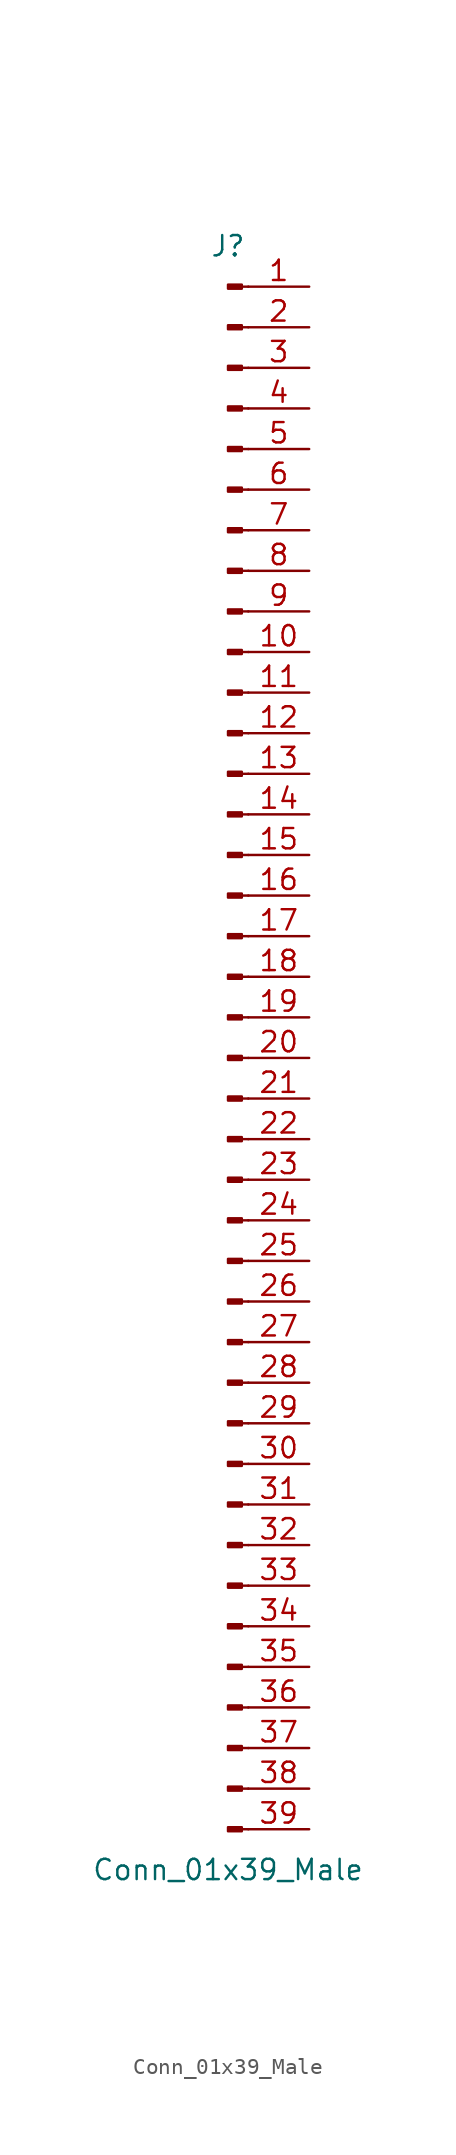
<source format=kicad_sym>
(kicad_symbol_lib
  (version 20211014)
  (generator kicad_symbol_editor)
  (symbol "Conn_01x39_Male"
    (pin_names
      (offset 1.016) hide)
    (property "Reference" "J"
      (at 0 50.8 0)
      (effects (font (size 1.27 1.27))))
    (property "Value" "Conn_01x39_Male"
      (at 0 -50.8 0)
      (effects (font (size 1.27 1.27))))
    (symbol "Conn_01x39_Male_1_1"
      (polyline (pts (xy 1.27 -48.26) (xy 0.864 -48.26)) (stroke (width 0.152) (type default) (color 0 0 0 0)) (fill (type none)))
      (polyline (pts (xy 1.27 -45.72) (xy 0.864 -45.72)) (stroke (width 0.152) (type default) (color 0 0 0 0)) (fill (type none)))
      (polyline (pts (xy 1.27 -43.18) (xy 0.864 -43.18)) (stroke (width 0.152) (type default) (color 0 0 0 0)) (fill (type none)))
      (polyline (pts (xy 1.27 -40.64) (xy 0.864 -40.64)) (stroke (width 0.152) (type default) (color 0 0 0 0)) (fill (type none)))
      (polyline (pts (xy 1.27 -38.1) (xy 0.864 -38.1)) (stroke (width 0.152) (type default) (color 0 0 0 0)) (fill (type none)))
      (polyline (pts (xy 1.27 -35.56) (xy 0.864 -35.56)) (stroke (width 0.152) (type default) (color 0 0 0 0)) (fill (type none)))
      (polyline (pts (xy 1.27 -33.02) (xy 0.864 -33.02)) (stroke (width 0.152) (type default) (color 0 0 0 0)) (fill (type none)))
      (polyline (pts (xy 1.27 -30.48) (xy 0.864 -30.48)) (stroke (width 0.152) (type default) (color 0 0 0 0)) (fill (type none)))
      (polyline (pts (xy 1.27 -27.94) (xy 0.864 -27.94)) (stroke (width 0.152) (type default) (color 0 0 0 0)) (fill (type none)))
      (polyline (pts (xy 1.27 -25.4) (xy 0.864 -25.4)) (stroke (width 0.152) (type default) (color 0 0 0 0)) (fill (type none)))
      (polyline (pts (xy 1.27 -22.86) (xy 0.864 -22.86)) (stroke (width 0.152) (type default) (color 0 0 0 0)) (fill (type none)))
      (polyline (pts (xy 1.27 -20.32) (xy 0.864 -20.32)) (stroke (width 0.152) (type default) (color 0 0 0 0)) (fill (type none)))
      (polyline (pts (xy 1.27 -17.78) (xy 0.864 -17.78)) (stroke (width 0.152) (type default) (color 0 0 0 0)) (fill (type none)))
      (polyline (pts (xy 1.27 -15.24) (xy 0.864 -15.24)) (stroke (width 0.152) (type default) (color 0 0 0 0)) (fill (type none)))
      (polyline (pts (xy 1.27 -12.7) (xy 0.864 -12.7)) (stroke (width 0.152) (type default) (color 0 0 0 0)) (fill (type none)))
      (polyline (pts (xy 1.27 -10.16) (xy 0.864 -10.16)) (stroke (width 0.152) (type default) (color 0 0 0 0)) (fill (type none)))
      (polyline (pts (xy 1.27 -7.62) (xy 0.864 -7.62)) (stroke (width 0.152) (type default) (color 0 0 0 0)) (fill (type none)))
      (polyline (pts (xy 1.27 -5.08) (xy 0.864 -5.08)) (stroke (width 0.152) (type default) (color 0 0 0 0)) (fill (type none)))
      (polyline (pts (xy 1.27 -2.54) (xy 0.864 -2.54)) (stroke (width 0.152) (type default) (color 0 0 0 0)) (fill (type none)))
      (polyline (pts (xy 1.27 0) (xy 0.864 0)) (stroke (width 0.152) (type default) (color 0 0 0 0)) (fill (type none)))
      (polyline (pts (xy 1.27 2.54) (xy 0.864 2.54)) (stroke (width 0.152) (type default) (color 0 0 0 0)) (fill (type none)))
      (polyline (pts (xy 1.27 5.08) (xy 0.864 5.08)) (stroke (width 0.152) (type default) (color 0 0 0 0)) (fill (type none)))
      (polyline (pts (xy 1.27 7.62) (xy 0.864 7.62)) (stroke (width 0.152) (type default) (color 0 0 0 0)) (fill (type none)))
      (polyline (pts (xy 1.27 10.16) (xy 0.864 10.16)) (stroke (width 0.152) (type default) (color 0 0 0 0)) (fill (type none)))
      (polyline (pts (xy 1.27 12.7) (xy 0.864 12.7)) (stroke (width 0.152) (type default) (color 0 0 0 0)) (fill (type none)))
      (polyline (pts (xy 1.27 15.24) (xy 0.864 15.24)) (stroke (width 0.152) (type default) (color 0 0 0 0)) (fill (type none)))
      (polyline (pts (xy 1.27 17.78) (xy 0.864 17.78)) (stroke (width 0.152) (type default) (color 0 0 0 0)) (fill (type none)))
      (polyline (pts (xy 1.27 20.32) (xy 0.864 20.32)) (stroke (width 0.152) (type default) (color 0 0 0 0)) (fill (type none)))
      (polyline (pts (xy 1.27 22.86) (xy 0.864 22.86)) (stroke (width 0.152) (type default) (color 0 0 0 0)) (fill (type none)))
      (polyline (pts (xy 1.27 25.4) (xy 0.864 25.4)) (stroke (width 0.152) (type default) (color 0 0 0 0)) (fill (type none)))
      (polyline (pts (xy 1.27 27.94) (xy 0.864 27.94)) (stroke (width 0.152) (type default) (color 0 0 0 0)) (fill (type none)))
      (polyline (pts (xy 1.27 30.48) (xy 0.864 30.48)) (stroke (width 0.152) (type default) (color 0 0 0 0)) (fill (type none)))
      (polyline (pts (xy 1.27 33.02) (xy 0.864 33.02)) (stroke (width 0.152) (type default) (color 0 0 0 0)) (fill (type none)))
      (polyline (pts (xy 1.27 35.56) (xy 0.864 35.56)) (stroke (width 0.152) (type default) (color 0 0 0 0)) (fill (type none)))
      (polyline (pts (xy 1.27 38.1) (xy 0.864 38.1)) (stroke (width 0.152) (type default) (color 0 0 0 0)) (fill (type none)))
      (polyline (pts (xy 1.27 40.64) (xy 0.864 40.64)) (stroke (width 0.152) (type default) (color 0 0 0 0)) (fill (type none)))
      (polyline (pts (xy 1.27 43.18) (xy 0.864 43.18)) (stroke (width 0.152) (type default) (color 0 0 0 0)) (fill (type none)))
      (polyline (pts (xy 1.27 45.72) (xy 0.864 45.72)) (stroke (width 0.152) (type default) (color 0 0 0 0)) (fill (type none)))
      (polyline (pts (xy 1.27 48.26) (xy 0.864 48.26)) (stroke (width 0.152) (type default) (color 0 0 0 0)) (fill (type none)))
      (rectangle (start 0.864 -48.133) (end 0 -48.387) (stroke (width 0.152) (type default) (color 0 0 0 0)) (fill (type outline)))
      (rectangle (start 0.864 -45.593) (end 0 -45.847) (stroke (width 0.152) (type default) (color 0 0 0 0)) (fill (type outline)))
      (rectangle (start 0.864 -43.053) (end 0 -43.307) (stroke (width 0.152) (type default) (color 0 0 0 0)) (fill (type outline)))
      (rectangle (start 0.864 -40.513) (end 0 -40.767) (stroke (width 0.152) (type default) (color 0 0 0 0)) (fill (type outline)))
      (rectangle (start 0.864 -37.973) (end 0 -38.227) (stroke (width 0.152) (type default) (color 0 0 0 0)) (fill (type outline)))
      (rectangle (start 0.864 -35.433) (end 0 -35.687) (stroke (width 0.152) (type default) (color 0 0 0 0)) (fill (type outline)))
      (rectangle (start 0.864 -32.893) (end 0 -33.147) (stroke (width 0.152) (type default) (color 0 0 0 0)) (fill (type outline)))
      (rectangle (start 0.864 -30.353) (end 0 -30.607) (stroke (width 0.152) (type default) (color 0 0 0 0)) (fill (type outline)))
      (rectangle (start 0.864 -27.813) (end 0 -28.067) (stroke (width 0.152) (type default) (color 0 0 0 0)) (fill (type outline)))
      (rectangle (start 0.864 -25.273) (end 0 -25.527) (stroke (width 0.152) (type default) (color 0 0 0 0)) (fill (type outline)))
      (rectangle (start 0.864 -22.733) (end 0 -22.987) (stroke (width 0.152) (type default) (color 0 0 0 0)) (fill (type outline)))
      (rectangle (start 0.864 -20.193) (end 0 -20.447) (stroke (width 0.152) (type default) (color 0 0 0 0)) (fill (type outline)))
      (rectangle (start 0.864 -17.653) (end 0 -17.907) (stroke (width 0.152) (type default) (color 0 0 0 0)) (fill (type outline)))
      (rectangle (start 0.864 -15.113) (end 0 -15.367) (stroke (width 0.152) (type default) (color 0 0 0 0)) (fill (type outline)))
      (rectangle (start 0.864 -12.573) (end 0 -12.827) (stroke (width 0.152) (type default) (color 0 0 0 0)) (fill (type outline)))
      (rectangle (start 0.864 -10.033) (end 0 -10.287) (stroke (width 0.152) (type default) (color 0 0 0 0)) (fill (type outline)))
      (rectangle (start 0.864 -7.493) (end 0 -7.747) (stroke (width 0.152) (type default) (color 0 0 0 0)) (fill (type outline)))
      (rectangle (start 0.864 -4.953) (end 0 -5.207) (stroke (width 0.152) (type default) (color 0 0 0 0)) (fill (type outline)))
      (rectangle (start 0.864 -2.413) (end 0 -2.667) (stroke (width 0.152) (type default) (color 0 0 0 0)) (fill (type outline)))
      (rectangle (start 0.864 0.127) (end 0 -0.127) (stroke (width 0.152) (type default) (color 0 0 0 0)) (fill (type outline)))
      (rectangle (start 0.864 2.667) (end 0 2.413) (stroke (width 0.152) (type default) (color 0 0 0 0)) (fill (type outline)))
      (rectangle (start 0.864 5.207) (end 0 4.953) (stroke (width 0.152) (type default) (color 0 0 0 0)) (fill (type outline)))
      (rectangle (start 0.864 7.747) (end 0 7.493) (stroke (width 0.152) (type default) (color 0 0 0 0)) (fill (type outline)))
      (rectangle (start 0.864 10.287) (end 0 10.033) (stroke (width 0.152) (type default) (color 0 0 0 0)) (fill (type outline)))
      (rectangle (start 0.864 12.827) (end 0 12.573) (stroke (width 0.152) (type default) (color 0 0 0 0)) (fill (type outline)))
      (rectangle (start 0.864 15.367) (end 0 15.113) (stroke (width 0.152) (type default) (color 0 0 0 0)) (fill (type outline)))
      (rectangle (start 0.864 17.907) (end 0 17.653) (stroke (width 0.152) (type default) (color 0 0 0 0)) (fill (type outline)))
      (rectangle (start 0.864 20.447) (end 0 20.193) (stroke (width 0.152) (type default) (color 0 0 0 0)) (fill (type outline)))
      (rectangle (start 0.864 22.987) (end 0 22.733) (stroke (width 0.152) (type default) (color 0 0 0 0)) (fill (type outline)))
      (rectangle (start 0.864 25.527) (end 0 25.273) (stroke (width 0.152) (type default) (color 0 0 0 0)) (fill (type outline)))
      (rectangle (start 0.864 28.067) (end 0 27.813) (stroke (width 0.152) (type default) (color 0 0 0 0)) (fill (type outline)))
      (rectangle (start 0.864 30.607) (end 0 30.353) (stroke (width 0.152) (type default) (color 0 0 0 0)) (fill (type outline)))
      (rectangle (start 0.864 33.147) (end 0 32.893) (stroke (width 0.152) (type default) (color 0 0 0 0)) (fill (type outline)))
      (rectangle (start 0.864 35.687) (end 0 35.433) (stroke (width 0.152) (type default) (color 0 0 0 0)) (fill (type outline)))
      (rectangle (start 0.864 38.227) (end 0 37.973) (stroke (width 0.152) (type default) (color 0 0 0 0)) (fill (type outline)))
      (rectangle (start 0.864 40.767) (end 0 40.513) (stroke (width 0.152) (type default) (color 0 0 0 0)) (fill (type outline)))
      (rectangle (start 0.864 43.307) (end 0 43.053) (stroke (width 0.152) (type default) (color 0 0 0 0)) (fill (type outline)))
      (rectangle (start 0.864 45.847) (end 0 45.593) (stroke (width 0.152) (type default) (color 0 0 0 0)) (fill (type outline)))
      (rectangle (start 0.864 48.387) (end 0 48.133) (stroke (width 0.152) (type default) (color 0 0 0 0)) (fill (type outline)))
      (pin passive line (at 5.08 48.26 180) (length 3.81) (name "Pin_1" (effects (font (size 1.27 1.27)))) (number "1" (effects (font (size 1.27 1.27)))))
      (pin passive line (at 5.08 25.4 180) (length 3.81) (name "Pin_10" (effects (font (size 1.27 1.27)))) (number "10" (effects (font (size 1.27 1.27)))))
      (pin passive line (at 5.08 22.86 180) (length 3.81) (name "Pin_11" (effects (font (size 1.27 1.27)))) (number "11" (effects (font (size 1.27 1.27)))))
      (pin passive line (at 5.08 20.32 180) (length 3.81) (name "Pin_12" (effects (font (size 1.27 1.27)))) (number "12" (effects (font (size 1.27 1.27)))))
      (pin passive line (at 5.08 17.78 180) (length 3.81) (name "Pin_13" (effects (font (size 1.27 1.27)))) (number "13" (effects (font (size 1.27 1.27)))))
      (pin passive line (at 5.08 15.24 180) (length 3.81) (name "Pin_14" (effects (font (size 1.27 1.27)))) (number "14" (effects (font (size 1.27 1.27)))))
      (pin passive line (at 5.08 12.7 180) (length 3.81) (name "Pin_15" (effects (font (size 1.27 1.27)))) (number "15" (effects (font (size 1.27 1.27)))))
      (pin passive line (at 5.08 10.16 180) (length 3.81) (name "Pin_16" (effects (font (size 1.27 1.27)))) (number "16" (effects (font (size 1.27 1.27)))))
      (pin passive line (at 5.08 7.62 180) (length 3.81) (name "Pin_17" (effects (font (size 1.27 1.27)))) (number "17" (effects (font (size 1.27 1.27)))))
      (pin passive line (at 5.08 5.08 180) (length 3.81) (name "Pin_18" (effects (font (size 1.27 1.27)))) (number "18" (effects (font (size 1.27 1.27)))))
      (pin passive line (at 5.08 2.54 180) (length 3.81) (name "Pin_19" (effects (font (size 1.27 1.27)))) (number "19" (effects (font (size 1.27 1.27)))))
      (pin passive line (at 5.08 45.72 180) (length 3.81) (name "Pin_2" (effects (font (size 1.27 1.27)))) (number "2" (effects (font (size 1.27 1.27)))))
      (pin passive line (at 5.08 0 180) (length 3.81) (name "Pin_20" (effects (font (size 1.27 1.27)))) (number "20" (effects (font (size 1.27 1.27)))))
      (pin passive line (at 5.08 -2.54 180) (length 3.81) (name "Pin_21" (effects (font (size 1.27 1.27)))) (number "21" (effects (font (size 1.27 1.27)))))
      (pin passive line (at 5.08 -5.08 180) (length 3.81) (name "Pin_22" (effects (font (size 1.27 1.27)))) (number "22" (effects (font (size 1.27 1.27)))))
      (pin passive line (at 5.08 -7.62 180) (length 3.81) (name "Pin_23" (effects (font (size 1.27 1.27)))) (number "23" (effects (font (size 1.27 1.27)))))
      (pin passive line (at 5.08 -10.16 180) (length 3.81) (name "Pin_24" (effects (font (size 1.27 1.27)))) (number "24" (effects (font (size 1.27 1.27)))))
      (pin passive line (at 5.08 -12.7 180) (length 3.81) (name "Pin_25" (effects (font (size 1.27 1.27)))) (number "25" (effects (font (size 1.27 1.27)))))
      (pin passive line (at 5.08 -15.24 180) (length 3.81) (name "Pin_26" (effects (font (size 1.27 1.27)))) (number "26" (effects (font (size 1.27 1.27)))))
      (pin passive line (at 5.08 -17.78 180) (length 3.81) (name "Pin_27" (effects (font (size 1.27 1.27)))) (number "27" (effects (font (size 1.27 1.27)))))
      (pin passive line (at 5.08 -20.32 180) (length 3.81) (name "Pin_28" (effects (font (size 1.27 1.27)))) (number "28" (effects (font (size 1.27 1.27)))))
      (pin passive line (at 5.08 -22.86 180) (length 3.81) (name "Pin_29" (effects (font (size 1.27 1.27)))) (number "29" (effects (font (size 1.27 1.27)))))
      (pin passive line (at 5.08 43.18 180) (length 3.81) (name "Pin_3" (effects (font (size 1.27 1.27)))) (number "3" (effects (font (size 1.27 1.27)))))
      (pin passive line (at 5.08 -25.4 180) (length 3.81) (name "Pin_30" (effects (font (size 1.27 1.27)))) (number "30" (effects (font (size 1.27 1.27)))))
      (pin passive line (at 5.08 -27.94 180) (length 3.81) (name "Pin_31" (effects (font (size 1.27 1.27)))) (number "31" (effects (font (size 1.27 1.27)))))
      (pin passive line (at 5.08 -30.48 180) (length 3.81) (name "Pin_32" (effects (font (size 1.27 1.27)))) (number "32" (effects (font (size 1.27 1.27)))))
      (pin passive line (at 5.08 -33.02 180) (length 3.81) (name "Pin_33" (effects (font (size 1.27 1.27)))) (number "33" (effects (font (size 1.27 1.27)))))
      (pin passive line (at 5.08 -35.56 180) (length 3.81) (name "Pin_34" (effects (font (size 1.27 1.27)))) (number "34" (effects (font (size 1.27 1.27)))))
      (pin passive line (at 5.08 -38.1 180) (length 3.81) (name "Pin_35" (effects (font (size 1.27 1.27)))) (number "35" (effects (font (size 1.27 1.27)))))
      (pin passive line (at 5.08 -40.64 180) (length 3.81) (name "Pin_36" (effects (font (size 1.27 1.27)))) (number "36" (effects (font (size 1.27 1.27)))))
      (pin passive line (at 5.08 -43.18 180) (length 3.81) (name "Pin_37" (effects (font (size 1.27 1.27)))) (number "37" (effects (font (size 1.27 1.27)))))
      (pin passive line (at 5.08 -45.72 180) (length 3.81) (name "Pin_38" (effects (font (size 1.27 1.27)))) (number "38" (effects (font (size 1.27 1.27)))))
      (pin passive line (at 5.08 -48.26 180) (length 3.81) (name "Pin_39" (effects (font (size 1.27 1.27)))) (number "39" (effects (font (size 1.27 1.27)))))
      (pin passive line (at 5.08 40.64 180) (length 3.81) (name "Pin_4" (effects (font (size 1.27 1.27)))) (number "4" (effects (font (size 1.27 1.27)))))
      (pin passive line (at 5.08 38.1 180) (length 3.81) (name "Pin_5" (effects (font (size 1.27 1.27)))) (number "5" (effects (font (size 1.27 1.27)))))
      (pin passive line (at 5.08 35.56 180) (length 3.81) (name "Pin_6" (effects (font (size 1.27 1.27)))) (number "6" (effects (font (size 1.27 1.27)))))
      (pin passive line (at 5.08 33.02 180) (length 3.81) (name "Pin_7" (effects (font (size 1.27 1.27)))) (number "7" (effects (font (size 1.27 1.27)))))
      (pin passive line (at 5.08 30.48 180) (length 3.81) (name "Pin_8" (effects (font (size 1.27 1.27)))) (number "8" (effects (font (size 1.27 1.27)))))
      (pin passive line (at 5.08 27.94 180) (length 3.81) (name "Pin_9" (effects (font (size 1.27 1.27)))) (number "9" (effects (font (size 1.27 1.27))))))))
</source>
